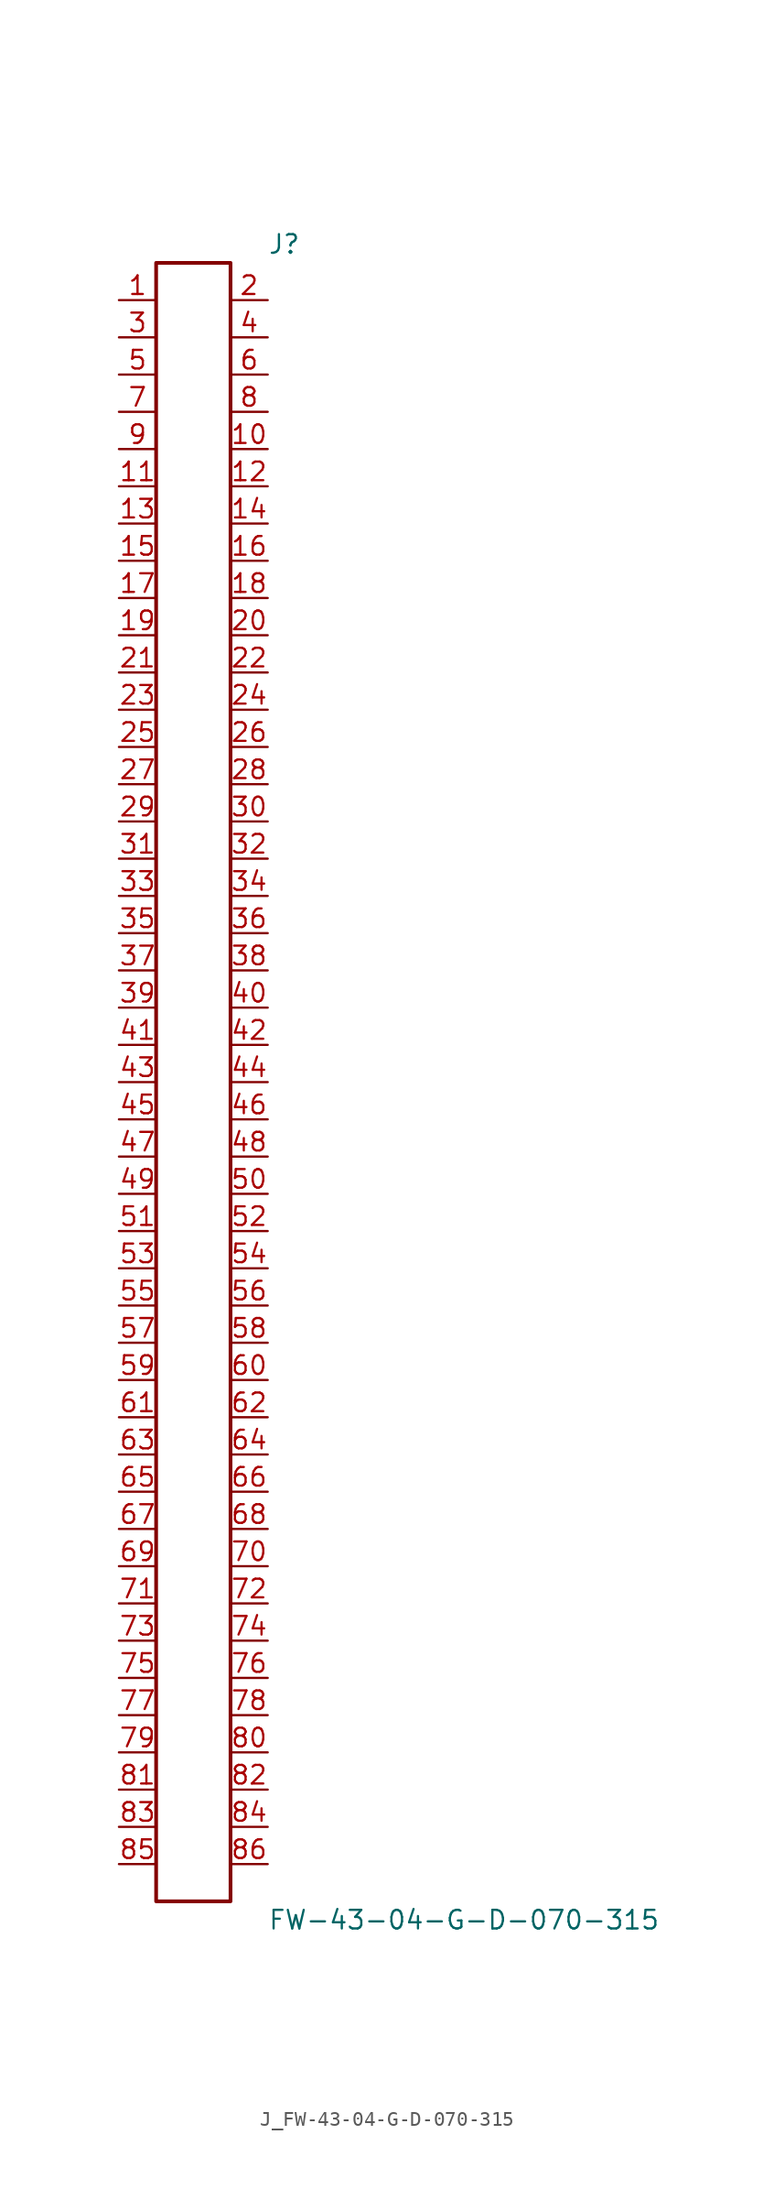
<source format=kicad_sym>
(kicad_symbol_lib
  (version 20231120)
  (generator kicad_symbol_editor)
  (generator_version 8.0)
  (symbol "J_FW-43-04-G-D-070-315"
    (pin_names
      (offset 0.254))
    (property "Reference" "J"
      (at 5.08 57.15 0)
      (effects (font (size 1.27 1.27)) (justify left)))
    (property "Value" "FW-43-04-G-D-070-315"
      (at 5.08 -57.15 0)
      (effects (font (size 1.27 1.27)) (justify left)))
    (symbol "J_FW-43-04-G-D-070-315_0_0"
      (pin passive line (at -5.08 53.34 0) (length 2.54) (name "" (effects (font (size 1.27 1.27)))) (number "1" (effects (font (size 1.27 1.27)))))
      (pin passive line (at 5.08 53.34 180) (length 2.54) (name "" (effects (font (size 1.27 1.27)))) (number "2" (effects (font (size 1.27 1.27)))))
      (pin passive line (at -5.08 50.8 0) (length 2.54) (name "" (effects (font (size 1.27 1.27)))) (number "3" (effects (font (size 1.27 1.27)))))
      (pin passive line (at 5.08 50.8 180) (length 2.54) (name "" (effects (font (size 1.27 1.27)))) (number "4" (effects (font (size 1.27 1.27)))))
      (pin passive line (at -5.08 48.26 0) (length 2.54) (name "" (effects (font (size 1.27 1.27)))) (number "5" (effects (font (size 1.27 1.27)))))
      (pin passive line (at 5.08 48.26 180) (length 2.54) (name "" (effects (font (size 1.27 1.27)))) (number "6" (effects (font (size 1.27 1.27)))))
      (pin passive line (at -5.08 45.72 0) (length 2.54) (name "" (effects (font (size 1.27 1.27)))) (number "7" (effects (font (size 1.27 1.27)))))
      (pin passive line (at 5.08 45.72 180) (length 2.54) (name "" (effects (font (size 1.27 1.27)))) (number "8" (effects (font (size 1.27 1.27)))))
      (pin passive line (at -5.08 43.18 0) (length 2.54) (name "" (effects (font (size 1.27 1.27)))) (number "9" (effects (font (size 1.27 1.27)))))
      (pin passive line (at 5.08 43.18 180) (length 2.54) (name "" (effects (font (size 1.27 1.27)))) (number "10" (effects (font (size 1.27 1.27)))))
      (pin passive line (at -5.08 40.64 0) (length 2.54) (name "" (effects (font (size 1.27 1.27)))) (number "11" (effects (font (size 1.27 1.27)))))
      (pin passive line (at 5.08 40.64 180) (length 2.54) (name "" (effects (font (size 1.27 1.27)))) (number "12" (effects (font (size 1.27 1.27)))))
      (pin passive line (at -5.08 38.1 0) (length 2.54) (name "" (effects (font (size 1.27 1.27)))) (number "13" (effects (font (size 1.27 1.27)))))
      (pin passive line (at 5.08 38.1 180) (length 2.54) (name "" (effects (font (size 1.27 1.27)))) (number "14" (effects (font (size 1.27 1.27)))))
      (pin passive line (at -5.08 35.56 0) (length 2.54) (name "" (effects (font (size 1.27 1.27)))) (number "15" (effects (font (size 1.27 1.27)))))
      (pin passive line (at 5.08 35.56 180) (length 2.54) (name "" (effects (font (size 1.27 1.27)))) (number "16" (effects (font (size 1.27 1.27)))))
      (pin passive line (at -5.08 33.02 0) (length 2.54) (name "" (effects (font (size 1.27 1.27)))) (number "17" (effects (font (size 1.27 1.27)))))
      (pin passive line (at 5.08 33.02 180) (length 2.54) (name "" (effects (font (size 1.27 1.27)))) (number "18" (effects (font (size 1.27 1.27)))))
      (pin passive line (at -5.08 30.48 0) (length 2.54) (name "" (effects (font (size 1.27 1.27)))) (number "19" (effects (font (size 1.27 1.27)))))
      (pin passive line (at 5.08 30.48 180) (length 2.54) (name "" (effects (font (size 1.27 1.27)))) (number "20" (effects (font (size 1.27 1.27)))))
      (pin passive line (at -5.08 27.94 0) (length 2.54) (name "" (effects (font (size 1.27 1.27)))) (number "21" (effects (font (size 1.27 1.27)))))
      (pin passive line (at 5.08 27.94 180) (length 2.54) (name "" (effects (font (size 1.27 1.27)))) (number "22" (effects (font (size 1.27 1.27)))))
      (pin passive line (at -5.08 25.4 0) (length 2.54) (name "" (effects (font (size 1.27 1.27)))) (number "23" (effects (font (size 1.27 1.27)))))
      (pin passive line (at 5.08 25.4 180) (length 2.54) (name "" (effects (font (size 1.27 1.27)))) (number "24" (effects (font (size 1.27 1.27)))))
      (pin passive line (at -5.08 22.86 0) (length 2.54) (name "" (effects (font (size 1.27 1.27)))) (number "25" (effects (font (size 1.27 1.27)))))
      (pin passive line (at 5.08 22.86 180) (length 2.54) (name "" (effects (font (size 1.27 1.27)))) (number "26" (effects (font (size 1.27 1.27)))))
      (pin passive line (at -5.08 20.32 0) (length 2.54) (name "" (effects (font (size 1.27 1.27)))) (number "27" (effects (font (size 1.27 1.27)))))
      (pin passive line (at 5.08 20.32 180) (length 2.54) (name "" (effects (font (size 1.27 1.27)))) (number "28" (effects (font (size 1.27 1.27)))))
      (pin passive line (at -5.08 17.78 0) (length 2.54) (name "" (effects (font (size 1.27 1.27)))) (number "29" (effects (font (size 1.27 1.27)))))
      (pin passive line (at 5.08 17.78 180) (length 2.54) (name "" (effects (font (size 1.27 1.27)))) (number "30" (effects (font (size 1.27 1.27)))))
      (pin passive line (at -5.08 15.24 0) (length 2.54) (name "" (effects (font (size 1.27 1.27)))) (number "31" (effects (font (size 1.27 1.27)))))
      (pin passive line (at 5.08 15.24 180) (length 2.54) (name "" (effects (font (size 1.27 1.27)))) (number "32" (effects (font (size 1.27 1.27)))))
      (pin passive line (at -5.08 12.7 0) (length 2.54) (name "" (effects (font (size 1.27 1.27)))) (number "33" (effects (font (size 1.27 1.27)))))
      (pin passive line (at 5.08 12.7 180) (length 2.54) (name "" (effects (font (size 1.27 1.27)))) (number "34" (effects (font (size 1.27 1.27)))))
      (pin passive line (at -5.08 10.16 0) (length 2.54) (name "" (effects (font (size 1.27 1.27)))) (number "35" (effects (font (size 1.27 1.27)))))
      (pin passive line (at 5.08 10.16 180) (length 2.54) (name "" (effects (font (size 1.27 1.27)))) (number "36" (effects (font (size 1.27 1.27)))))
      (pin passive line (at -5.08 7.62 0) (length 2.54) (name "" (effects (font (size 1.27 1.27)))) (number "37" (effects (font (size 1.27 1.27)))))
      (pin passive line (at 5.08 7.62 180) (length 2.54) (name "" (effects (font (size 1.27 1.27)))) (number "38" (effects (font (size 1.27 1.27)))))
      (pin passive line (at -5.08 5.08 0) (length 2.54) (name "" (effects (font (size 1.27 1.27)))) (number "39" (effects (font (size 1.27 1.27)))))
      (pin passive line (at 5.08 5.08 180) (length 2.54) (name "" (effects (font (size 1.27 1.27)))) (number "40" (effects (font (size 1.27 1.27)))))
      (pin passive line (at -5.08 2.54 0) (length 2.54) (name "" (effects (font (size 1.27 1.27)))) (number "41" (effects (font (size 1.27 1.27)))))
      (pin passive line (at 5.08 2.54 180) (length 2.54) (name "" (effects (font (size 1.27 1.27)))) (number "42" (effects (font (size 1.27 1.27)))))
      (pin passive line (at -5.08 0.0 0) (length 2.54) (name "" (effects (font (size 1.27 1.27)))) (number "43" (effects (font (size 1.27 1.27)))))
      (pin passive line (at 5.08 0.0 180) (length 2.54) (name "" (effects (font (size 1.27 1.27)))) (number "44" (effects (font (size 1.27 1.27)))))
      (pin passive line (at -5.08 -2.54 0) (length 2.54) (name "" (effects (font (size 1.27 1.27)))) (number "45" (effects (font (size 1.27 1.27)))))
      (pin passive line (at 5.08 -2.54 180) (length 2.54) (name "" (effects (font (size 1.27 1.27)))) (number "46" (effects (font (size 1.27 1.27)))))
      (pin passive line (at -5.08 -5.08 0) (length 2.54) (name "" (effects (font (size 1.27 1.27)))) (number "47" (effects (font (size 1.27 1.27)))))
      (pin passive line (at 5.08 -5.08 180) (length 2.54) (name "" (effects (font (size 1.27 1.27)))) (number "48" (effects (font (size 1.27 1.27)))))
      (pin passive line (at -5.08 -7.62 0) (length 2.54) (name "" (effects (font (size 1.27 1.27)))) (number "49" (effects (font (size 1.27 1.27)))))
      (pin passive line (at 5.08 -7.62 180) (length 2.54) (name "" (effects (font (size 1.27 1.27)))) (number "50" (effects (font (size 1.27 1.27)))))
      (pin passive line (at -5.08 -10.16 0) (length 2.54) (name "" (effects (font (size 1.27 1.27)))) (number "51" (effects (font (size 1.27 1.27)))))
      (pin passive line (at 5.08 -10.16 180) (length 2.54) (name "" (effects (font (size 1.27 1.27)))) (number "52" (effects (font (size 1.27 1.27)))))
      (pin passive line (at -5.08 -12.7 0) (length 2.54) (name "" (effects (font (size 1.27 1.27)))) (number "53" (effects (font (size 1.27 1.27)))))
      (pin passive line (at 5.08 -12.7 180) (length 2.54) (name "" (effects (font (size 1.27 1.27)))) (number "54" (effects (font (size 1.27 1.27)))))
      (pin passive line (at -5.08 -15.24 0) (length 2.54) (name "" (effects (font (size 1.27 1.27)))) (number "55" (effects (font (size 1.27 1.27)))))
      (pin passive line (at 5.08 -15.24 180) (length 2.54) (name "" (effects (font (size 1.27 1.27)))) (number "56" (effects (font (size 1.27 1.27)))))
      (pin passive line (at -5.08 -17.78 0) (length 2.54) (name "" (effects (font (size 1.27 1.27)))) (number "57" (effects (font (size 1.27 1.27)))))
      (pin passive line (at 5.08 -17.78 180) (length 2.54) (name "" (effects (font (size 1.27 1.27)))) (number "58" (effects (font (size 1.27 1.27)))))
      (pin passive line (at -5.08 -20.32 0) (length 2.54) (name "" (effects (font (size 1.27 1.27)))) (number "59" (effects (font (size 1.27 1.27)))))
      (pin passive line (at 5.08 -20.32 180) (length 2.54) (name "" (effects (font (size 1.27 1.27)))) (number "60" (effects (font (size 1.27 1.27)))))
      (pin passive line (at -5.08 -22.86 0) (length 2.54) (name "" (effects (font (size 1.27 1.27)))) (number "61" (effects (font (size 1.27 1.27)))))
      (pin passive line (at 5.08 -22.86 180) (length 2.54) (name "" (effects (font (size 1.27 1.27)))) (number "62" (effects (font (size 1.27 1.27)))))
      (pin passive line (at -5.08 -25.4 0) (length 2.54) (name "" (effects (font (size 1.27 1.27)))) (number "63" (effects (font (size 1.27 1.27)))))
      (pin passive line (at 5.08 -25.4 180) (length 2.54) (name "" (effects (font (size 1.27 1.27)))) (number "64" (effects (font (size 1.27 1.27)))))
      (pin passive line (at -5.08 -27.94 0) (length 2.54) (name "" (effects (font (size 1.27 1.27)))) (number "65" (effects (font (size 1.27 1.27)))))
      (pin passive line (at 5.08 -27.94 180) (length 2.54) (name "" (effects (font (size 1.27 1.27)))) (number "66" (effects (font (size 1.27 1.27)))))
      (pin passive line (at -5.08 -30.48 0) (length 2.54) (name "" (effects (font (size 1.27 1.27)))) (number "67" (effects (font (size 1.27 1.27)))))
      (pin passive line (at 5.08 -30.48 180) (length 2.54) (name "" (effects (font (size 1.27 1.27)))) (number "68" (effects (font (size 1.27 1.27)))))
      (pin passive line (at -5.08 -33.02 0) (length 2.54) (name "" (effects (font (size 1.27 1.27)))) (number "69" (effects (font (size 1.27 1.27)))))
      (pin passive line (at 5.08 -33.02 180) (length 2.54) (name "" (effects (font (size 1.27 1.27)))) (number "70" (effects (font (size 1.27 1.27)))))
      (pin passive line (at -5.08 -35.56 0) (length 2.54) (name "" (effects (font (size 1.27 1.27)))) (number "71" (effects (font (size 1.27 1.27)))))
      (pin passive line (at 5.08 -35.56 180) (length 2.54) (name "" (effects (font (size 1.27 1.27)))) (number "72" (effects (font (size 1.27 1.27)))))
      (pin passive line (at -5.08 -38.1 0) (length 2.54) (name "" (effects (font (size 1.27 1.27)))) (number "73" (effects (font (size 1.27 1.27)))))
      (pin passive line (at 5.08 -38.1 180) (length 2.54) (name "" (effects (font (size 1.27 1.27)))) (number "74" (effects (font (size 1.27 1.27)))))
      (pin passive line (at -5.08 -40.64 0) (length 2.54) (name "" (effects (font (size 1.27 1.27)))) (number "75" (effects (font (size 1.27 1.27)))))
      (pin passive line (at 5.08 -40.64 180) (length 2.54) (name "" (effects (font (size 1.27 1.27)))) (number "76" (effects (font (size 1.27 1.27)))))
      (pin passive line (at -5.08 -43.18 0) (length 2.54) (name "" (effects (font (size 1.27 1.27)))) (number "77" (effects (font (size 1.27 1.27)))))
      (pin passive line (at 5.08 -43.18 180) (length 2.54) (name "" (effects (font (size 1.27 1.27)))) (number "78" (effects (font (size 1.27 1.27)))))
      (pin passive line (at -5.08 -45.72 0) (length 2.54) (name "" (effects (font (size 1.27 1.27)))) (number "79" (effects (font (size 1.27 1.27)))))
      (pin passive line (at 5.08 -45.72 180) (length 2.54) (name "" (effects (font (size 1.27 1.27)))) (number "80" (effects (font (size 1.27 1.27)))))
      (pin passive line (at -5.08 -48.26 0) (length 2.54) (name "" (effects (font (size 1.27 1.27)))) (number "81" (effects (font (size 1.27 1.27)))))
      (pin passive line (at 5.08 -48.26 180) (length 2.54) (name "" (effects (font (size 1.27 1.27)))) (number "82" (effects (font (size 1.27 1.27)))))
      (pin passive line (at -5.08 -50.8 0) (length 2.54) (name "" (effects (font (size 1.27 1.27)))) (number "83" (effects (font (size 1.27 1.27)))))
      (pin passive line (at 5.08 -50.8 180) (length 2.54) (name "" (effects (font (size 1.27 1.27)))) (number "84" (effects (font (size 1.27 1.27)))))
      (pin passive line (at -5.08 -53.34 0) (length 2.54) (name "" (effects (font (size 1.27 1.27)))) (number "85" (effects (font (size 1.27 1.27)))))
      (pin passive line (at 5.08 -53.34 180) (length 2.54) (name "" (effects (font (size 1.27 1.27)))) (number "86" (effects (font (size 1.27 1.27))))))
    (symbol "J_FW-43-04-G-D-070-315_1_0"
      (rectangle (start -2.54 55.88) (end 2.54 -55.88) (stroke (width 0.254) (type solid)) (fill (type none))))))
</source>
